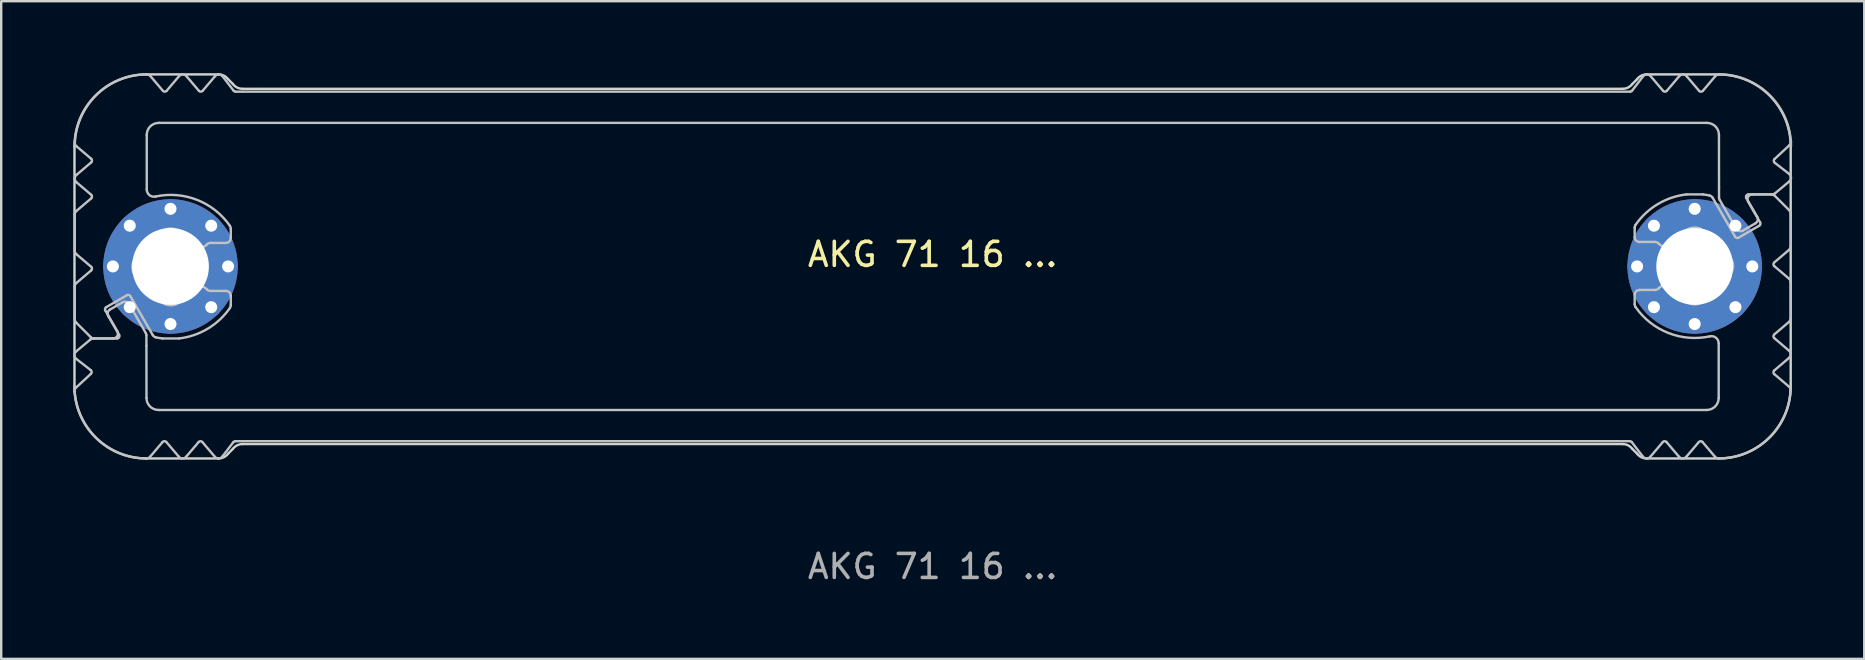
<source format=kicad_pcb>
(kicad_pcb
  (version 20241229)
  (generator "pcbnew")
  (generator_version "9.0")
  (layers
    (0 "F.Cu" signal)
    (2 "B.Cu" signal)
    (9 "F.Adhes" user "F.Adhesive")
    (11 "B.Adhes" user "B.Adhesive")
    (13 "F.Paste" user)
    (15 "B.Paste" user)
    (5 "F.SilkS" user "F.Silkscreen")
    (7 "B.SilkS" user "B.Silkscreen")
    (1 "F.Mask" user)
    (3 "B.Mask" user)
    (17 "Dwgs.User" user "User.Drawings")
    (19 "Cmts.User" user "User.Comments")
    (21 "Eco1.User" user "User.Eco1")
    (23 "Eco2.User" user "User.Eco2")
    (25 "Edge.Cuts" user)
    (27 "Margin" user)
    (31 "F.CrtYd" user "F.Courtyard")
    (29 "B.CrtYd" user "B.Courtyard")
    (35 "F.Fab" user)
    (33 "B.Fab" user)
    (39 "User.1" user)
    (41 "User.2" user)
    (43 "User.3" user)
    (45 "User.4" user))
  (footprint "AKG 71 16 ..."
    (layer "F.Cu")
    (at 35.803 8.05)
    (property "Reference" "AKG 71 16 ..." (at 0 -0.5 0) (unlocked yes) (layer "F.SilkS") (effects (font (size 1 1) (thickness 0.15))))
    (attr exclude_from_pos_files dnp)
    (fp_poly (pts (xy -29.15 -7.3) (xy -4.25 -7.3) (xy -4.25 -6) (xy -32.75 -6) (xy -32.75 -8) (xy -32.05 -7.2) (xy -31.3 -8) (xy -30.55 -7.2) (xy -29.8 -8)) (stroke (width 0.1) (type solid)) (fill yes) (layer "B.Mask"))
    (fp_poly (pts (xy -29.1 7.3) (xy -4.2 7.3) (xy -4.2 6) (xy -32.7 6) (xy -32.7 8) (xy -32 7.2) (xy -31.25 8) (xy -30.5 7.2) (xy -29.75 8)) (stroke (width 0.1) (type solid)) (fill yes) (layer "B.Mask"))
    (fp_poly (pts (xy 29.104 -7.3) (xy -4.296 -7.3) (xy -4.296 -6) (xy 32.704 -6) (xy 32.704 -8) (xy 32.004 -7.2) (xy 31.254 -8) (xy 30.504 -7.2) (xy 29.754 -8)) (stroke (width 0.1) (type solid)) (fill yes) (layer "B.Mask"))
    (fp_poly (pts (xy 29.104 7.3) (xy -4.296 7.3) (xy -4.296 6) (xy 32.704 6) (xy 32.704 8) (xy 32.004 7.2) (xy 31.254 8) (xy 30.504 7.2) (xy 29.754 8)) (stroke (width 0.1) (type solid)) (fill yes) (layer "B.Mask"))
    (fp_poly (pts (xy -32.796 -6.7) (xy -32.796 -4.7) (xy -32.796 0.1) (xy -34.896 0.1) (xy -35.696 -0.6) (xy -35.696 -2.2) (xy -34.796 -2.9) (xy -35.696 -3.7) (xy -34.896 -4.4) (xy -35.696 -5.1) (xy -35.696 -8) (xy -32.796 -8)) (stroke (width 0.1) (type solid)) (fill yes) (layer "B.Mask"))
    (fp_poly (pts (xy -32.796 6.7) (xy -32.796 4.7) (xy -32.796 0.1) (xy -34.896 0.1) (xy -35.696 0.8) (xy -35.696 2.2) (xy -34.896 3) (xy -35.696 3.7) (xy -34.896 4.4) (xy -35.696 5.1) (xy -35.696 8) (xy -32.796 8)) (stroke (width 0.1) (type solid)) (fill yes) (layer "B.Mask"))
    (fp_poly (pts (xy 32.804 -6.7) (xy 32.804 -4.7) (xy 32.804 -0.1) (xy 34.904 -0.1) (xy 35.704 -0.8) (xy 35.704 -2.2) (xy 34.904 -3) (xy 35.704 -3.7) (xy 34.904 -4.4) (xy 35.704 -5.1) (xy 35.704 -8) (xy 32.804 -8)) (stroke (width 0.1) (type solid)) (fill yes) (layer "B.Mask"))
    (fp_poly (pts (xy 32.804 6.7) (xy 32.804 4.7) (xy 32.804 -0.1) (xy 34.904 -0.1) (xy 35.704 0.6) (xy 35.704 2.2) (xy 34.804 2.9) (xy 35.704 3.7) (xy 34.904 4.4) (xy 35.704 5.1) (xy 35.704 8) (xy 32.804 8)) (stroke (width 0.1) (type solid)) (fill yes) (layer "B.Mask"))
    (fp_line (start -35.739 -0.66) (end -35.739 -2.16) (stroke (width 0.1) (type solid)) (layer "Dwgs.User"))
    (fp_line (start -35.739 2.197) (end -35.739 0.84) (stroke (width 0.1) (type solid)) (layer "Dwgs.User"))
    (fp_line (start -35.689 5.053) (end -35.065 4.473) (stroke (width 0.1) (type solid)) (layer "Dwgs.User"))
    (fp_line (start -35.683 3.543) (end -35.089 3.046) (stroke (width 0.1) (type solid)) (layer "Dwgs.User"))
    (fp_line (start -35.669 -3.812) (end -35.055 -4.334) (stroke (width 0.1) (type solid)) (layer "Dwgs.User"))
    (fp_line (start -35.669 -2.312) (end -35.055 -2.834) (stroke (width 0.1) (type solid)) (layer "Dwgs.User"))
    (fp_line (start -35.669 0.688) (end -35.055 0.166) (stroke (width 0.1) (type solid)) (layer "Dwgs.User"))
    (fp_line (start -35.078 2.941) (end -35.681 2.339) (stroke (width 0.1) (type solid)) (layer "Dwgs.User"))
    (fp_line (start -35.072 4.321) (end -35.675 3.853) (stroke (width 0.1) (type solid)) (layer "Dwgs.User"))
    (fp_line (start -35.055 -4.486) (end -35.669 -5.008) (stroke (width 0.1) (type solid)) (layer "Dwgs.User"))
    (fp_line (start -35.055 -2.986) (end -35.669 -3.508) (stroke (width 0.1) (type solid)) (layer "Dwgs.User"))
    (fp_line (start -35.055 0.014) (end -35.669 -0.508) (stroke (width 0.1) (type solid)) (layer "Dwgs.User"))
    (fp_line (start -34.96 3) (end -33.977 3) (stroke (width 0.1) (type solid)) (layer "Dwgs.User"))
    (fp_line (start -34.466 1.834) (end -33.966 2.7) (stroke (width 0.1) (type solid)) (layer "Dwgs.User"))
    (fp_line (start -34.268 1.795) (end -33.933 1.602) (stroke (width 0.1) (type solid)) (layer "Dwgs.User"))
    (fp_line (start -34.139 3) (end -34.936 3) (stroke (width 0.1) (type solid)) (layer "Dwgs.User"))
    (fp_line (start -33.933 1.602) (end -33.749 1.495) (stroke (width 0.1) (type solid)) (layer "Dwgs.User"))
    (fp_line (start -33.89 2.85) (end -34.342 2.068) (stroke (width 0.1) (type solid)) (layer "Dwgs.User"))
    (fp_line (start -33.563 1.197) (end -34.429 1.697) (stroke (width 0.1) (type solid)) (layer "Dwgs.User"))
    (fp_line (start -33.475 1.568) (end -32.78 2.773) (stroke (width 0.1) (type solid)) (layer "Dwgs.User"))
    (fp_line (start -32.753 2.873) (end -32.753 3.3) (stroke (width 0.1) (type solid)) (layer "Dwgs.User"))
    (fp_line (start -32.753 3.305) (end -32.75 5.48) (stroke (width 0.1) (type solid)) (layer "Dwgs.User"))
    (fp_line (start -32.752 8) (end -32.752 8) (stroke (width 0.1) (type solid)) (layer "Dwgs.User"))
    (fp_line (start -32.751 8) (end -32.752 8) (stroke (width 0.1) (type solid)) (layer "Dwgs.User"))
    (fp_line (start -32.739 -5.48) (end -32.739 -3.205) (stroke (width 0.1) (type solid)) (layer "Dwgs.User"))
    (fp_line (start -32.586 -7.929) (end -32.065 -7.315) (stroke (width 0.1) (type solid)) (layer "Dwgs.User"))
    (fp_line (start -32.488 2.86) (end -33.427 1.234) (stroke (width 0.1) (type solid)) (layer "Dwgs.User"))
    (fp_line (start -32.25 5.98) (end 32.25 5.98) (stroke (width 0.1) (type solid)) (layer "Dwgs.User"))
    (fp_line (start -32.079 7.315) (end -32.599 7.929) (stroke (width 0.1) (type solid)) (layer "Dwgs.User"))
    (fp_line (start -31.913 -7.315) (end -31.392 -7.929) (stroke (width 0.1) (type solid)) (layer "Dwgs.User"))
    (fp_line (start -31.414 7.914) (end -31.924 7.315) (stroke (width 0.1) (type solid)) (layer "Dwgs.User"))
    (fp_line (start -31.393 3) (end -32.085 3) (stroke (width 0.1) (type solid)) (layer "Dwgs.User"))
    (fp_line (start -31.087 -7.929) (end -30.565 -7.315) (stroke (width 0.1) (type solid)) (layer "Dwgs.User"))
    (fp_line (start -30.576 7.315) (end -31.098 7.929) (stroke (width 0.1) (type solid)) (layer "Dwgs.User"))
    (fp_line (start -30.413 -7.315) (end -29.892 -7.929) (stroke (width 0.1) (type solid)) (layer "Dwgs.User"))
    (fp_line (start -30.088 1.02) (end -29.439 1.02) (stroke (width 0.1) (type solid)) (layer "Dwgs.User"))
    (fp_line (start -29.903 7.929) (end -30.424 7.315) (stroke (width 0.1) (type solid)) (layer "Dwgs.User"))
    (fp_line (start -29.58 -7.922) (end -29.119 -7.319) (stroke (width 0.1) (type solid)) (layer "Dwgs.User"))
    (fp_line (start -29.439 -0.98) (end -30.088 -0.98) (stroke (width 0.1) (type solid)) (layer "Dwgs.User"))
    (fp_line (start -29.239 -1.577) (end -29.239 -1.18) (stroke (width 0.1) (type solid)) (layer "Dwgs.User"))
    (fp_line (start -29.239 1.22) (end -29.239 1.617) (stroke (width 0.1) (type solid)) (layer "Dwgs.User"))
    (fp_line (start -29.129 7.319) (end -29.591 7.922) (stroke (width 0.1) (type solid)) (layer "Dwgs.User"))
    (fp_line (start -29.039 -7.28) (end 29.061 -7.28) (stroke (width 0.1) (type solid)) (layer "Dwgs.User"))
    (fp_line (start 29.05 7.28) (end -29.05 7.28) (stroke (width 0.1) (type solid)) (layer "Dwgs.User"))
    (fp_line (start 29.14 -7.319) (end 29.602 -7.922) (stroke (width 0.1) (type solid)) (layer "Dwgs.User"))
    (fp_line (start 29.25 -1.22) (end 29.25 -1.617) (stroke (width 0.1) (type solid)) (layer "Dwgs.User"))
    (fp_line (start 29.25 1.577) (end 29.25 1.18) (stroke (width 0.1) (type solid)) (layer "Dwgs.User"))
    (fp_line (start 29.45 0.98) (end 30.099 0.98) (stroke (width 0.1) (type solid)) (layer "Dwgs.User"))
    (fp_line (start 29.591 7.922) (end 29.129 7.319) (stroke (width 0.1) (type solid)) (layer "Dwgs.User"))
    (fp_line (start 29.913 -7.929) (end 30.435 -7.315) (stroke (width 0.1) (type solid)) (layer "Dwgs.User"))
    (fp_line (start 30.099 -1.02) (end 29.45 -1.02) (stroke (width 0.1) (type solid)) (layer "Dwgs.User"))
    (fp_line (start 30.424 7.315) (end 29.902 7.929) (stroke (width 0.1) (type solid)) (layer "Dwgs.User"))
    (fp_line (start 30.587 -7.315) (end 31.108 -7.929) (stroke (width 0.1) (type solid)) (layer "Dwgs.User"))
    (fp_line (start 31.097 7.929) (end 30.576 7.315) (stroke (width 0.1) (type solid)) (layer "Dwgs.User"))
    (fp_line (start 31.404 -3) (end 32.096 -3) (stroke (width 0.1) (type solid)) (layer "Dwgs.User"))
    (fp_line (start 31.425 -7.914) (end 31.935 -7.315) (stroke (width 0.1) (type solid)) (layer "Dwgs.User"))
    (fp_line (start 31.924 7.315) (end 31.402 7.929) (stroke (width 0.1) (type solid)) (layer "Dwgs.User"))
    (fp_line (start 32.09 -7.315) (end 32.61 -7.929) (stroke (width 0.1) (type solid)) (layer "Dwgs.User"))
    (fp_line (start 32.261 -5.98) (end -32.239 -5.98) (stroke (width 0.1) (type solid)) (layer "Dwgs.User"))
    (fp_line (start 32.499 -2.86) (end 33.438 -1.234) (stroke (width 0.1) (type solid)) (layer "Dwgs.User"))
    (fp_line (start 32.596 7.929) (end 32.076 7.315) (stroke (width 0.1) (type solid)) (layer "Dwgs.User"))
    (fp_line (start 32.75 5.48) (end 32.75 3.205) (stroke (width 0.1) (type solid)) (layer "Dwgs.User"))
    (fp_line (start 32.762 -8) (end 32.762 -8) (stroke (width 0.1) (type solid)) (layer "Dwgs.User"))
    (fp_line (start 32.762 -8) (end 32.763 -8) (stroke (width 0.1) (type solid)) (layer "Dwgs.User"))
    (fp_line (start 32.764 -3.305) (end 32.761 -5.476) (stroke (width 0.1) (type solid)) (layer "Dwgs.User"))
    (fp_line (start 32.764 -2.873) (end 32.764 -3.3) (stroke (width 0.1) (type solid)) (layer "Dwgs.User"))
    (fp_line (start 33.486 -1.568) (end 32.791 -2.773) (stroke (width 0.1) (type solid)) (layer "Dwgs.User"))
    (fp_line (start 33.574 -1.197) (end 34.44 -1.697) (stroke (width 0.1) (type solid)) (layer "Dwgs.User"))
    (fp_line (start 33.901 -2.85) (end 34.352 -2.068) (stroke (width 0.1) (type solid)) (layer "Dwgs.User"))
    (fp_line (start 33.944 -1.602) (end 33.759 -1.495) (stroke (width 0.1) (type solid)) (layer "Dwgs.User"))
    (fp_line (start 34.15 -3) (end 34.947 -3) (stroke (width 0.1) (type solid)) (layer "Dwgs.User"))
    (fp_line (start 34.279 -1.795) (end 33.944 -1.602) (stroke (width 0.1) (type solid)) (layer "Dwgs.User"))
    (fp_line (start 34.477 -1.834) (end 33.977 -2.7) (stroke (width 0.1) (type solid)) (layer "Dwgs.User"))
    (fp_line (start 34.971 -3) (end 33.988 -3) (stroke (width 0.1) (type solid)) (layer "Dwgs.User"))
    (fp_line (start 35.065 -0.014) (end 35.679 0.508) (stroke (width 0.1) (type solid)) (layer "Dwgs.User"))
    (fp_line (start 35.065 2.986) (end 35.679 3.508) (stroke (width 0.1) (type solid)) (layer "Dwgs.User"))
    (fp_line (start 35.065 4.486) (end 35.679 5.008) (stroke (width 0.1) (type solid)) (layer "Dwgs.User"))
    (fp_line (start 35.083 -4.321) (end 35.686 -3.853) (stroke (width 0.1) (type solid)) (layer "Dwgs.User"))
    (fp_line (start 35.089 -2.941) (end 35.691 -2.339) (stroke (width 0.1) (type solid)) (layer "Dwgs.User"))
    (fp_line (start 35.679 -0.688) (end 35.065 -0.166) (stroke (width 0.1) (type solid)) (layer "Dwgs.User"))
    (fp_line (start 35.679 2.312) (end 35.065 2.834) (stroke (width 0.1) (type solid)) (layer "Dwgs.User"))
    (fp_line (start 35.679 3.812) (end 35.065 4.334) (stroke (width 0.1) (type solid)) (layer "Dwgs.User"))
    (fp_line (start 35.693 -3.543) (end 35.099 -3.047) (stroke (width 0.1) (type solid)) (layer "Dwgs.User"))
    (fp_line (start 35.7 -5.053) (end 35.076 -4.473) (stroke (width 0.1) (type solid)) (layer "Dwgs.User"))
    (fp_line (start 35.75 -2.197) (end 35.75 -0.84) (stroke (width 0.1) (type solid)) (layer "Dwgs.User"))
    (fp_line (start 35.75 0.66) (end 35.75 2.16) (stroke (width 0.1) (type solid)) (layer "Dwgs.User"))
    (fp_arc (start -35.752431 5.214496) (mid -35.73921 5.126511) (end -35.689103 5.05299) (stroke (width 0.1) (type solid)) (layer "Dwgs.User"))
    (fp_arc (start -35.73919 -2.16003) (mid -35.720691 -2.24403) (end -35.668628 -2.312496) (stroke (width 0.1) (type solid)) (layer "Dwgs.User"))
    (fp_arc (start -35.73919 0.83997) (mid -35.720691 0.75597) (end -35.668628 0.687504) (stroke (width 0.1) (type solid)) (layer "Dwgs.User"))
    (fp_arc (start -35.738629 -5.00003) (mid -34.859776 -7.121528) (end -32.738132 -8.00003) (stroke (width 0.1) (type solid)) (layer "Dwgs.User"))
    (fp_arc (start -35.680611 2.338548) (mid -35.723952 2.273658) (end -35.73919 2.197127) (stroke (width 0.1) (type solid)) (layer "Dwgs.User"))
    (fp_arc (start -35.675499 3.853059) (mid -35.752937 3.699538) (end -35.682592 3.542641) (stroke (width 0.1) (type solid)) (layer "Dwgs.User"))
    (fp_arc (start -35.668628 -5.007564) (mid -35.723021 -5.081251) (end -35.738863 -5.171459) (stroke (width 0.1) (type solid)) (layer "Dwgs.User"))
    (fp_arc (start -35.668628 -3.507564) (mid -35.739188 -3.66003) (end -35.668628 -3.812496) (stroke (width 0.1) (type solid)) (layer "Dwgs.User"))
    (fp_arc (start -35.668628 -0.507564) (mid -35.720694 -0.576029) (end -35.73919 -0.66003) (stroke (width 0.1) (type solid)) (layer "Dwgs.User"))
    (fp_arc (start -35.088668 3.046481) (mid -35.028648 3.011946) (end -34.960445 2.99997) (stroke (width 0.1) (type solid)) (layer "Dwgs.User"))
    (fp_arc (start -35.071739 4.320925) (mid -35.033088 4.395508) (end -35.064937 4.473239) (stroke (width 0.1) (type solid)) (layer "Dwgs.User"))
    (fp_arc (start -35.054583 -4.486263) (mid -35.019295 -4.41003) (end -35.054583 -4.333797) (stroke (width 0.1) (type solid)) (layer "Dwgs.User"))
    (fp_arc (start -35.054583 -2.986263) (mid -35.019295 -2.91003) (end -35.054583 -2.833797) (stroke (width 0.1) (type solid)) (layer "Dwgs.User"))
    (fp_arc (start -35.054583 0.013737) (mid -35.019295 0.08997) (end -35.054583 0.166203) (stroke (width 0.1) (type solid)) (layer "Dwgs.User"))
    (fp_arc (start -34.936347 2.99997) (mid -35.012877 2.984729) (end -35.077769 2.941391) (stroke (width 0.1) (type solid)) (layer "Dwgs.User"))
    (fp_arc (start -34.465985 1.833944) (mid -34.475952 1.758068) (end -34.429382 1.697342) (stroke (width 0.1) (type solid)) (layer "Dwgs.User"))
    (fp_arc (start -34.341514 2.068343) (mid -34.361468 1.916586) (end -34.268309 1.795138) (stroke (width 0.1) (type solid)) (layer "Dwgs.User"))
    (fp_arc (start -33.965985 2.69997) (mid -33.965978 2.899974) (end -34.13919 2.99997) (stroke (width 0.1) (type solid)) (layer "Dwgs.User"))
    (fp_arc (start -33.890241 2.84997) (mid -33.890233 2.949975) (end -33.976844 2.99997) (stroke (width 0.1) (type solid)) (layer "Dwgs.User"))
    (fp_arc (start -33.748694 1.495138) (mid -33.596932 1.475166) (end -33.475489 1.568343) (stroke (width 0.1) (type solid)) (layer "Dwgs.User"))
    (fp_arc (start -33.563357 1.197342) (mid -33.487485 1.187387) (end -33.426754 1.233944) (stroke (width 0.1) (type solid)) (layer "Dwgs.User"))
    (fp_arc (start -32.90419 -0.556897) (mid -32.658426 -0.899266) (end -32.316057 -1.14503) (stroke (width 0.1) (type solid)) (layer "Dwgs.User"))
    (fp_arc (start -32.90419 0.596836) (mid -33.339189 0.01997) (end -32.90419 -0.556897) (stroke (width 0.1) (type solid)) (layer "Dwgs.User"))
    (fp_arc (start -32.779787 2.773333) (mid -32.759797 2.821567) (end -32.752992 2.873333) (stroke (width 0.1) (type solid)) (layer "Dwgs.User"))
    (fp_arc (start -32.751935 7.99997) (mid -34.873559 7.121448) (end -35.752431 4.99997) (stroke (width 0.1) (type solid)) (layer "Dwgs.User"))
    (fp_arc (start -32.73919 -5.48003) (mid -32.592738 -5.833578) (end -32.23919 -5.98003) (stroke (width 0.1) (type solid)) (layer "Dwgs.User"))
    (fp_arc (start -32.738132 -8.00003) (mid -32.654059 -7.98147) (end -32.585563 -7.929306) (stroke (width 0.1) (type solid)) (layer "Dwgs.User"))
    (fp_arc (start -32.599192 7.929246) (mid -32.667408 7.9813) (end -32.751161 7.999969) (stroke (width 0.1) (type solid)) (layer "Dwgs.User"))
    (fp_arc (start -32.375554 -2.911761) (mid -32.627487 -2.97138) (end -32.73919 -3.204934) (stroke (width 0.1) (type solid)) (layer "Dwgs.User"))
    (fp_arc (start -32.375554 -2.911761) (mid -30.640142 -2.771458) (end -29.274904 -1.690965) (stroke (width 0.1) (type solid)) (layer "Dwgs.User"))
    (fp_arc (start -32.355732 2.955932) (mid -32.431984 2.922143) (end -32.487834 2.860201) (stroke (width 0.1) (type solid)) (layer "Dwgs.User"))
    (fp_arc (start -32.316057 -1.14503) (mid -31.73919 -1.58003) (end -31.162323 -1.14503) (stroke (width 0.1) (type solid)) (layer "Dwgs.User"))
    (fp_arc (start -32.316057 1.18497) (mid -32.65843 0.939209) (end -32.90419 0.596836) (stroke (width 0.1) (type solid)) (layer "Dwgs.User"))
    (fp_arc (start -32.250049 5.97997) (mid -32.603577 5.833498) (end -32.750049 5.47997) (stroke (width 0.1) (type solid)) (layer "Dwgs.User"))
    (fp_arc (start -32.085022 2.99997) (mid -32.220881 2.981048) (end -32.355732 2.955932) (stroke (width 0.1) (type solid)) (layer "Dwgs.User"))
    (fp_arc (start -32.079121 7.315332) (mid -32.001541 7.278264) (end -31.923885 7.315171) (stroke (width 0.1) (type solid)) (layer "Dwgs.User"))
    (fp_arc (start -31.912951 -7.315318) (mid -31.989181 -7.280019) (end -32.065417 -7.315305) (stroke (width 0.1) (type solid)) (layer "Dwgs.User"))
    (fp_arc (start -31.391667 -7.929455) (mid -31.23919 -8.000029) (end -31.086712 -7.929455) (stroke (width 0.1) (type solid)) (layer "Dwgs.User"))
    (fp_arc (start -31.162323 -1.14503) (mid -30.980199 -1.035459) (end -30.818362 -0.897677) (stroke (width 0.1) (type solid)) (layer "Dwgs.User"))
    (fp_arc (start -31.162323 1.18497) (mid -31.73919 1.61997) (end -32.316057 1.18497) (stroke (width 0.1) (type solid)) (layer "Dwgs.User"))
    (fp_arc (start -31.097571 7.929394) (mid -31.259557 7.999707) (end -31.414131 7.914325) (stroke (width 0.1) (type solid)) (layer "Dwgs.User"))
    (fp_arc (start -30.818362 0.937617) (mid -30.980203 1.075392) (end -31.162323 1.18497) (stroke (width 0.1) (type solid)) (layer "Dwgs.User"))
    (fp_arc (start -30.818362 0.937617) (mid -30.524243 0.820096) (end -30.236888 0.953303) (stroke (width 0.1) (type solid)) (layer "Dwgs.User"))
    (fp_arc (start -30.576288 7.315258) (mid -30.500049 7.27997) (end -30.42381 7.315258) (stroke (width 0.1) (type solid)) (layer "Dwgs.User"))
    (fp_arc (start -30.412951 -7.315318) (mid -30.48919 -7.28003) (end -30.565429 -7.315318) (stroke (width 0.1) (type solid)) (layer "Dwgs.User"))
    (fp_arc (start -30.236888 -0.913364) (mid -30.524244 -0.780195) (end -30.818362 -0.897677) (stroke (width 0.1) (type solid)) (layer "Dwgs.User"))
    (fp_arc (start -30.236888 -0.913364) (mid -30.169468 -0.962607) (end -30.087817 -0.98003) (stroke (width 0.1) (type solid)) (layer "Dwgs.User"))
    (fp_arc (start -30.087817 1.01997) (mid -30.169464 1.002537) (end -30.236888 0.953303) (stroke (width 0.1) (type solid)) (layer "Dwgs.User"))
    (fp_arc (start -29.891667 -7.929455) (mid -29.734216 -7.999958) (end -29.580466 -7.921713) (stroke (width 0.1) (type solid)) (layer "Dwgs.User"))
    (fp_arc (start -29.591325 7.921653) (mid -29.745076 7.999873) (end -29.902527 7.929394) (stroke (width 0.1) (type solid)) (layer "Dwgs.User"))
    (fp_arc (start -29.43919 1.01997) (mid -29.297772 1.078552) (end -29.23919 1.21997) (stroke (width 0.1) (type solid)) (layer "Dwgs.User"))
    (fp_arc (start -29.274904 -1.690965) (mid -29.248333 -1.636662) (end -29.23919 -1.576902) (stroke (width 0.1) (type solid)) (layer "Dwgs.User"))
    (fp_arc (start -29.274904 1.730904) (mid -30.197492 2.593529) (end -31.393358 2.99997) (stroke (width 0.1) (type solid)) (layer "Dwgs.User"))
    (fp_arc (start -29.23919 -1.18003) (mid -29.297762 -1.038602) (end -29.43919 -0.98003) (stroke (width 0.1) (type solid)) (layer "Dwgs.User"))
    (fp_arc (start -29.23919 1.616842) (mid -29.248317 1.676607) (end -29.274904 1.730904) (stroke (width 0.1) (type solid)) (layer "Dwgs.User"))
    (fp_arc (start -29.129411 7.319129) (mid -29.094304 7.290279) (end -29.050049 7.27997) (stroke (width 0.1) (type solid)) (layer "Dwgs.User"))
    (fp_arc (start -29.03919 -7.28003) (mid -29.08344 -7.29035) (end -29.118552 -7.319189) (stroke (width 0.1) (type solid)) (layer "Dwgs.User"))
    (fp_arc (start 29.049951 7.27997) (mid 29.094216 7.290273) (end 29.129313 7.319129) (stroke (width 0.1) (type solid)) (layer "Dwgs.User"))
    (fp_arc (start 29.140172 -7.319189) (mid 29.105063 -7.290348) (end 29.06081 -7.28003) (stroke (width 0.1) (type solid)) (layer "Dwgs.User"))
    (fp_arc (start 29.249951 -1.616902) (mid 29.259087 -1.676664) (end 29.285665 -1.730964) (stroke (width 0.1) (type solid)) (layer "Dwgs.User"))
    (fp_arc (start 29.249951 1.17997) (mid 29.308508 1.038521) (end 29.449951 0.97997) (stroke (width 0.1) (type solid)) (layer "Dwgs.User"))
    (fp_arc (start 29.285665 -1.730964) (mid 30.208253 -2.593587) (end 31.404119 -3.00003) (stroke (width 0.1) (type solid)) (layer "Dwgs.User"))
    (fp_arc (start 29.285665 1.690905) (mid 29.259084 1.636606) (end 29.249951 1.576842) (stroke (width 0.1) (type solid)) (layer "Dwgs.User"))
    (fp_arc (start 29.449951 -1.02003) (mid 29.308537 -1.078622) (end 29.249951 -1.22003) (stroke (width 0.1) (type solid)) (layer "Dwgs.User"))
    (fp_arc (start 29.602086 -7.921713) (mid 29.755833 -7.999949) (end 29.913288 -7.929455) (stroke (width 0.1) (type solid)) (layer "Dwgs.User"))
    (fp_arc (start 29.902429 7.929394) (mid 29.744997 7.99981) (end 29.591227 7.921653) (stroke (width 0.1) (type solid)) (layer "Dwgs.User"))
    (fp_arc (start 30.098578 -1.02003) (mid 30.180228 -1.002607) (end 30.247649 -0.953363) (stroke (width 0.1) (type solid)) (layer "Dwgs.User"))
    (fp_arc (start 30.247649 0.913304) (mid 30.180214 0.962507) (end 30.098578 0.97997) (stroke (width 0.1) (type solid)) (layer "Dwgs.User"))
    (fp_arc (start 30.247649 0.913304) (mid 30.535007 0.78012) (end 30.829123 0.897617) (stroke (width 0.1) (type solid)) (layer "Dwgs.User"))
    (fp_arc (start 30.423712 7.315258) (mid 30.499951 7.27997) (end 30.57619 7.315258) (stroke (width 0.1) (type solid)) (layer "Dwgs.User"))
    (fp_arc (start 30.587049 -7.315318) (mid 30.51081 -7.28003) (end 30.434571 -7.315318) (stroke (width 0.1) (type solid)) (layer "Dwgs.User"))
    (fp_arc (start 30.829123 -0.937677) (mid 30.535008 -0.820173) (end 30.247649 -0.953363) (stroke (width 0.1) (type solid)) (layer "Dwgs.User"))
    (fp_arc (start 30.829123 -0.937677) (mid 30.990963 -1.075455) (end 31.173084 -1.18503) (stroke (width 0.1) (type solid)) (layer "Dwgs.User"))
    (fp_arc (start 31.108333 -7.929455) (mid 31.270316 -7.999785) (end 31.424892 -7.914385) (stroke (width 0.1) (type solid)) (layer "Dwgs.User"))
    (fp_arc (start 31.173084 -1.18503) (mid 31.749951 -1.62003) (end 32.326818 -1.18503) (stroke (width 0.1) (type solid)) (layer "Dwgs.User"))
    (fp_arc (start 31.173084 1.14497) (mid 30.990968 1.035388) (end 30.829123 0.897617) (stroke (width 0.1) (type solid)) (layer "Dwgs.User"))
    (fp_arc (start 31.402429 7.929394) (mid 31.249951 7.99997) (end 31.097473 7.929394) (stroke (width 0.1) (type solid)) (layer "Dwgs.User"))
    (fp_arc (start 31.923712 7.315258) (mid 31.999959 7.279872) (end 32.076178 7.315245) (stroke (width 0.1) (type solid)) (layer "Dwgs.User"))
    (fp_arc (start 32.089882 -7.315392) (mid 32.012303 -7.278341) (end 31.934646 -7.315231) (stroke (width 0.1) (type solid)) (layer "Dwgs.User"))
    (fp_arc (start 32.095783 -3.00003) (mid 32.231641 -2.981105) (end 32.366493 -2.955992) (stroke (width 0.1) (type solid)) (layer "Dwgs.User"))
    (fp_arc (start 32.26081 -5.98003) (mid 32.614368 -5.833582) (end 32.76081 -5.48003) (stroke (width 0.1) (type solid)) (layer "Dwgs.User"))
    (fp_arc (start 32.326818 -1.18503) (mid 32.669174 -0.939253) (end 32.914951 -0.596896) (stroke (width 0.1) (type solid)) (layer "Dwgs.User"))
    (fp_arc (start 32.326818 1.14497) (mid 31.749951 1.57997) (end 31.173084 1.14497) (stroke (width 0.1) (type solid)) (layer "Dwgs.User"))
    (fp_arc (start 32.366493 -2.955992) (mid 32.44276 -2.922223) (end 32.498595 -2.860261) (stroke (width 0.1) (type solid)) (layer "Dwgs.User"))
    (fp_arc (start 32.386315 2.9117) (mid 30.650893 2.771423) (end 29.285665 1.690905) (stroke (width 0.1) (type solid)) (layer "Dwgs.User"))
    (fp_arc (start 32.386315 2.9117) (mid 32.638259 2.971301) (end 32.749951 3.204873) (stroke (width 0.1) (type solid)) (layer "Dwgs.User"))
    (fp_arc (start 32.609953 -7.929306) (mid 32.678161 -7.98137) (end 32.761922 -8.000029) (stroke (width 0.1) (type solid)) (layer "Dwgs.User"))
    (fp_arc (start 32.748893 7.99997) (mid 32.664809 7.98143) (end 32.596324 7.929246) (stroke (width 0.1) (type solid)) (layer "Dwgs.User"))
    (fp_arc (start 32.749951 5.47997) (mid 32.603518 5.833561) (end 32.249951 5.97997) (stroke (width 0.1) (type solid)) (layer "Dwgs.User"))
    (fp_arc (start 32.762696 -8.00003) (mid 34.884353 -7.12153) (end 35.763192 -5.00003) (stroke (width 0.1) (type solid)) (layer "Dwgs.User"))
    (fp_arc (start 32.790548 -2.773393) (mid 32.770575 -2.821629) (end 32.763753 -2.873393) (stroke (width 0.1) (type solid)) (layer "Dwgs.User"))
    (fp_arc (start 32.914951 -0.596896) (mid 33.349993 -0.02003) (end 32.914951 0.556837) (stroke (width 0.1) (type solid)) (layer "Dwgs.User"))
    (fp_arc (start 32.914951 0.556837) (mid 32.669179 0.899197) (end 32.326818 1.14497) (stroke (width 0.1) (type solid)) (layer "Dwgs.User"))
    (fp_arc (start 33.574118 -1.197402) (mid 33.498228 -1.1874) (end 33.437515 -1.234004) (stroke (width 0.1) (type solid)) (layer "Dwgs.User"))
    (fp_arc (start 33.759455 -1.495198) (mid 33.607708 -1.475259) (end 33.48625 -1.568403) (stroke (width 0.1) (type solid)) (layer "Dwgs.User"))
    (fp_arc (start 33.901002 -2.85003) (mid 33.901034 -2.950025) (end 33.987605 -3.00003) (stroke (width 0.1) (type solid)) (layer "Dwgs.User"))
    (fp_arc (start 33.976746 -2.70003) (mid 33.976772 -2.900014) (end 34.149951 -3.00003) (stroke (width 0.1) (type solid)) (layer "Dwgs.User"))
    (fp_arc (start 34.352275 -2.068403) (mid 34.372261 -1.916639) (end 34.27907 -1.795198) (stroke (width 0.1) (type solid)) (layer "Dwgs.User"))
    (fp_arc (start 34.476746 -1.834004) (mid 34.486734 -1.758118) (end 34.440143 -1.697402) (stroke (width 0.1) (type solid)) (layer "Dwgs.User"))
    (fp_arc (start 34.947108 -3.00003) (mid 35.023645 -2.984805) (end 35.08853 -2.941451) (stroke (width 0.1) (type solid)) (layer "Dwgs.User"))
    (fp_arc (start 35.065344 -0.013797) (mid 35.030134 -0.090019) (end 35.065344 -0.166263) (stroke (width 0.1) (type solid)) (layer "Dwgs.User"))
    (fp_arc (start 35.065344 2.986203) (mid 35.030134 2.909981) (end 35.065344 2.833737) (stroke (width 0.1) (type solid)) (layer "Dwgs.User"))
    (fp_arc (start 35.065344 4.486203) (mid 35.030134 4.409981) (end 35.065344 4.333737) (stroke (width 0.1) (type solid)) (layer "Dwgs.User"))
    (fp_arc (start 35.0825 -4.320985) (mid 35.043932 -4.395559) (end 35.075698 -4.473299) (stroke (width 0.1) (type solid)) (layer "Dwgs.User"))
    (fp_arc (start 35.099429 -3.046541) (mid 35.03941 -3.011993) (end 34.971206 -3.00003) (stroke (width 0.1) (type solid)) (layer "Dwgs.User"))
    (fp_arc (start 35.679389 0.507504) (mid 35.731453 0.57597) (end 35.749951 0.65997) (stroke (width 0.1) (type solid)) (layer "Dwgs.User"))
    (fp_arc (start 35.679389 3.507504) (mid 35.750027 3.659981) (end 35.679389 3.812436) (stroke (width 0.1) (type solid)) (layer "Dwgs.User"))
    (fp_arc (start 35.679389 5.007504) (mid 35.733796 5.081185) (end 35.749624 5.171399) (stroke (width 0.1) (type solid)) (layer "Dwgs.User"))
    (fp_arc (start 35.68626 -3.853119) (mid 35.763781 -3.699588) (end 35.693353 -3.542701) (stroke (width 0.1) (type solid)) (layer "Dwgs.User"))
    (fp_arc (start 35.691372 -2.338608) (mid 35.734723 -2.27372) (end 35.749951 -2.197187) (stroke (width 0.1) (type solid)) (layer "Dwgs.User"))
    (fp_arc (start 35.74939 4.99997) (mid 34.870538 7.121469) (end 32.748893 7.99997) (stroke (width 0.1) (type solid)) (layer "Dwgs.User"))
    (fp_arc (start 35.749951 -0.84003) (mid 35.731456 -0.756032) (end 35.679389 -0.687564) (stroke (width 0.1) (type solid)) (layer "Dwgs.User"))
    (fp_arc (start 35.749951 2.15997) (mid 35.731456 2.243968) (end 35.679389 2.312436) (stroke (width 0.1) (type solid)) (layer "Dwgs.User"))
    (fp_arc (start 35.763192 -5.214556) (mid 35.749926 -5.126586) (end 35.699864 -5.05305) (stroke (width 0.1) (type solid)) (layer "Dwgs.User"))
    (fp_line (start -35.75 -5) (end -35.75 5) (stroke (width 0.1) (type solid)) (layer "Edge.Cuts"))
    (fp_line (start -32.75 -8) (end -29.75 -8) (stroke (width 0.1) (type solid)) (layer "Edge.Cuts"))
    (fp_line (start -32.75 8) (end -29.75 8) (stroke (width 0.1) (type solid)) (layer "Edge.Cuts"))
    (fp_line (start -29.15 -7.6) (end -29.35 -7.8) (stroke (width 0.1) (type solid)) (layer "Edge.Cuts"))
    (fp_line (start -29.15 7.6) (end -29.35 7.8) (stroke (width 0.1) (type solid)) (layer "Edge.Cuts"))
    (fp_line (start -28.75 -7.4) (end 28.75 -7.4) (stroke (width 0.1) (type solid)) (layer "Edge.Cuts"))
    (fp_line (start -28.75 7.4) (end 28.75 7.4) (stroke (width 0.1) (type solid)) (layer "Edge.Cuts"))
    (fp_line (start 29.15 -7.6) (end 29.35 -7.8) (stroke (width 0.1) (type solid)) (layer "Edge.Cuts"))
    (fp_line (start 29.15 7.6) (end 29.35 7.8) (stroke (width 0.1) (type solid)) (layer "Edge.Cuts"))
    (fp_line (start 32.75 -8) (end 29.75 -8) (stroke (width 0.1) (type solid)) (layer "Edge.Cuts"))
    (fp_line (start 32.75 8) (end 29.75 8) (stroke (width 0.1) (type solid)) (layer "Edge.Cuts"))
    (fp_line (start 35.75 -5) (end 35.75 5) (stroke (width 0.1) (type solid)) (layer "Edge.Cuts"))
    (fp_arc (start -35.75 -5) (mid -34.87132 -7.12132) (end -32.75 -8) (stroke (width 0.1) (type solid)) (layer "Edge.Cuts"))
    (fp_arc (start -32.75 8) (mid -34.87132 7.12132) (end -35.75 5) (stroke (width 0.1) (type solid)) (layer "Edge.Cuts"))
    (fp_arc (start -29.75 -8) (mid -29.526393 -7.947214) (end -29.35 -7.8) (stroke (width 0.1) (type solid)) (layer "Edge.Cuts"))
    (fp_arc (start -29.35 7.8) (mid -29.526393 7.947214) (end -29.75 8) (stroke (width 0.1) (type solid)) (layer "Edge.Cuts"))
    (fp_arc (start -29.15 7.6) (mid -28.973607 7.452786) (end -28.75 7.4) (stroke (width 0.1) (type solid)) (layer "Edge.Cuts"))
    (fp_arc (start -28.75 -7.4) (mid -28.973607 -7.452786) (end -29.15 -7.6) (stroke (width 0.1) (type solid)) (layer "Edge.Cuts"))
    (fp_arc (start 28.75 7.4) (mid 28.973607 7.452786) (end 29.15 7.6) (stroke (width 0.1) (type solid)) (layer "Edge.Cuts"))
    (fp_arc (start 29.15 -7.6) (mid 28.973607 -7.452786) (end 28.75 -7.4) (stroke (width 0.1) (type solid)) (layer "Edge.Cuts"))
    (fp_arc (start 29.35 -7.8) (mid 29.526393 -7.947214) (end 29.75 -8) (stroke (width 0.1) (type solid)) (layer "Edge.Cuts"))
    (fp_arc (start 29.75 8) (mid 29.526393 7.947214) (end 29.35 7.8) (stroke (width 0.1) (type solid)) (layer "Edge.Cuts"))
    (fp_arc (start 32.75 -8) (mid 34.87132 -7.12132) (end 35.75 -5) (stroke (width 0.1) (type solid)) (layer "Edge.Cuts"))
    (fp_arc (start 35.75 5) (mid 34.87132 7.12132) (end 32.75 8) (stroke (width 0.1) (type solid)) (layer "Edge.Cuts"))
    (fp_text user "${REFERENCE}" (at 0 12.5 0) (layer "F.Fab") (effects (font (size 1 1) (thickness 0.15))))
    (pad "1" thru_hole circle (at -34.15 0) (size 0.8 0.8) (drill 0.5) (layers "*.Cu" "*.Mask"))
    (pad "1" thru_hole circle (at -33.447 -1.697) (size 0.8 0.8) (drill 0.5) (layers "*.Cu" "*.Mask"))
    (pad "1" thru_hole circle (at -33.447 1.697) (size 0.8 0.8) (drill 0.5) (layers "*.Cu" "*.Mask"))
    (pad "1" thru_hole circle (at -31.75 -2.4) (size 0.8 0.8) (drill 0.5) (layers "*.Cu" "*.Mask"))
    (pad "1" thru_hole circle (at -31.75 0) (size 5.6 5.6) (drill 3.2) (layers "*.Cu" "*.Mask"))
    (pad "1" thru_hole circle (at -31.75 2.4) (size 0.8 0.8) (drill 0.5) (layers "*.Cu" "*.Mask"))
    (pad "1" thru_hole circle (at -30.053 -1.697) (size 0.8 0.8) (drill 0.5) (layers "*.Cu" "*.Mask"))
    (pad "1" thru_hole circle (at -30.053 1.697) (size 0.8 0.8) (drill 0.5) (layers "*.Cu" "*.Mask"))
    (pad "1" thru_hole circle (at -29.35 0) (size 0.8 0.8) (drill 0.5) (layers "*.Cu" "*.Mask"))
    (pad "1" thru_hole circle (at 29.35 0) (size 0.8 0.8) (drill 0.5) (layers "*.Cu" "*.Mask"))
    (pad "1" thru_hole circle (at 30.053 -1.697) (size 0.8 0.8) (drill 0.5) (layers "*.Cu" "*.Mask"))
    (pad "1" thru_hole circle (at 30.053 1.697) (size 0.8 0.8) (drill 0.5) (layers "*.Cu" "*.Mask"))
    (pad "1" thru_hole circle (at 31.75 -2.4) (size 0.8 0.8) (drill 0.5) (layers "*.Cu" "*.Mask"))
    (pad "1" thru_hole circle (at 31.75 0) (size 5.6 5.6) (drill 3.2) (layers "*.Cu" "*.Mask"))
    (pad "1" thru_hole circle (at 31.75 2.4) (size 0.8 0.8) (drill 0.5) (layers "*.Cu" "*.Mask"))
    (pad "1" thru_hole circle (at 33.447 -1.697) (size 0.8 0.8) (drill 0.5) (layers "*.Cu" "*.Mask"))
    (pad "1" thru_hole circle (at 33.447 1.697) (size 0.8 0.8) (drill 0.5) (layers "*.Cu" "*.Mask"))
    (pad "1" thru_hole circle (at 34.15 0) (size 0.8 0.8) (drill 0.5) (layers "*.Cu" "*.Mask")))
  (gr_rect
    (start -3 -3)
    (end 74.617 24.398)
    (stroke (width 0.1) (type default))
    (fill no)
    (layer "Edge.Cuts")))
</source>
